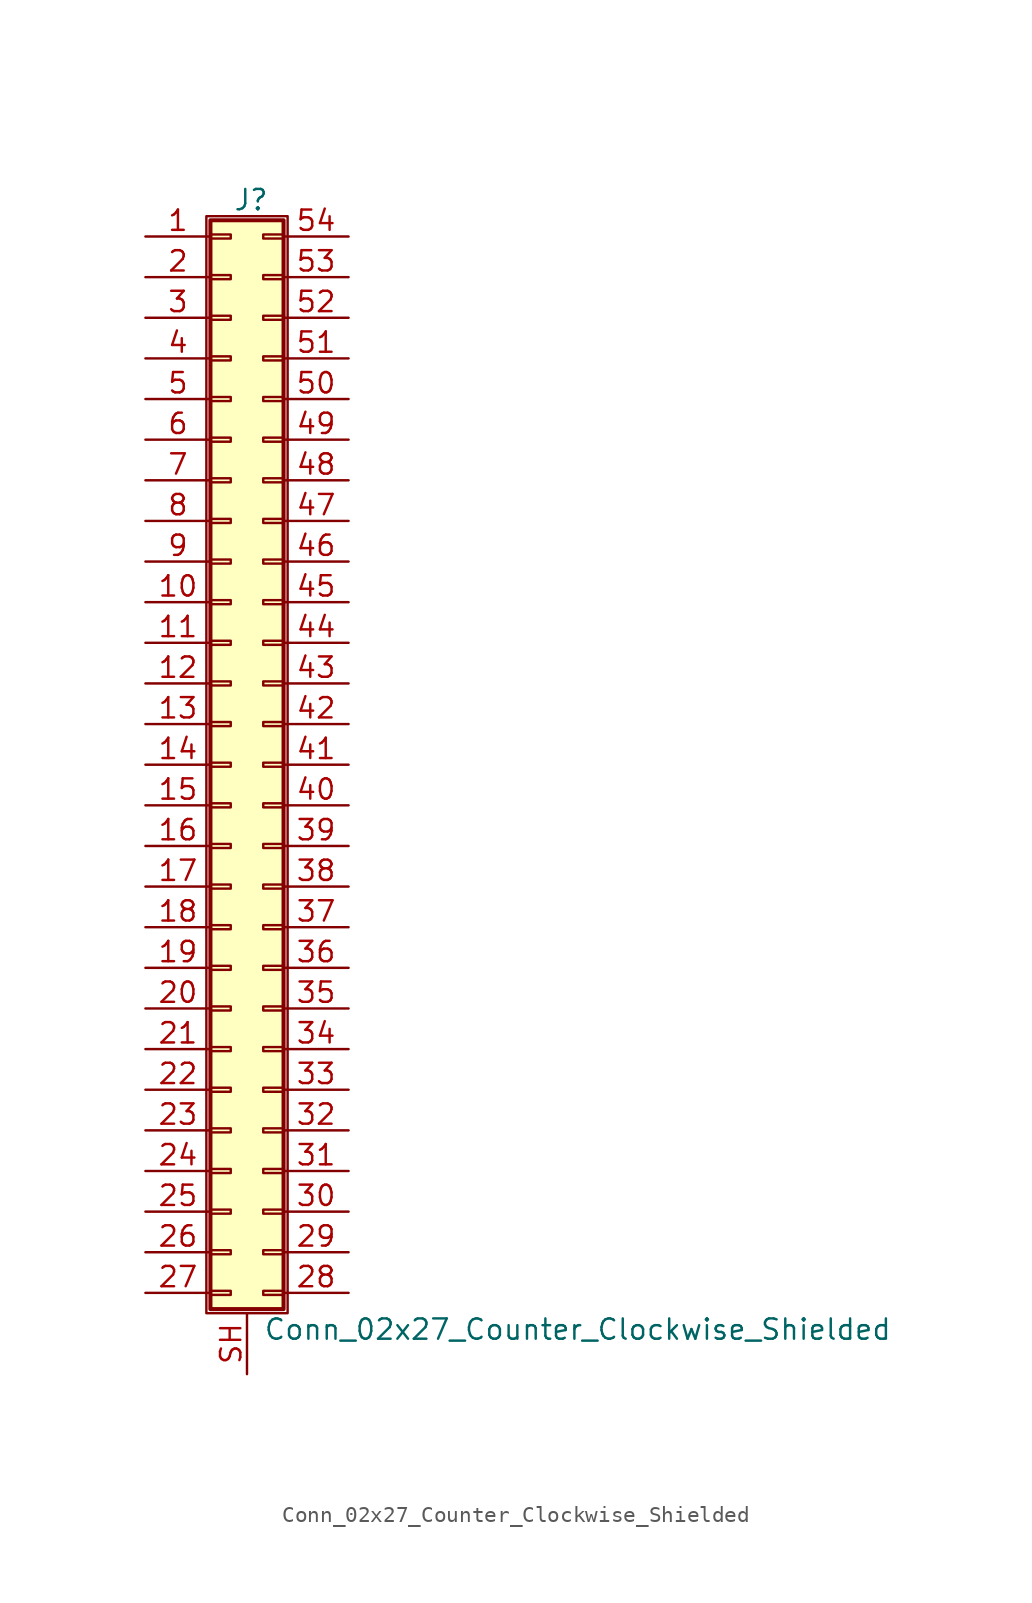
<source format=kicad_sym>
(kicad_symbol_lib
  (version 20201005)
  (generator kicad_symbol_editor)
  (symbol "Connector_Generic_Shielded:Conn_02x27_Counter_Clockwise_Shielded"
    (pin_names
      (offset 1.016) hide)
    (property "Reference" "J"
      (at 1.524 35.306 0)
      (effects (font (size 1.27 1.27))))
    (property "Value" "Conn_02x27_Counter_Clockwise_Shielded"
      (at 2.286 -35.306 0)
      (effects (font (size 1.27 1.27)) (justify left)))
    (symbol "Conn_02x27_Counter_Clockwise_Shielded_1_1"
      (rectangle (start -1.016 -27.813) (end 0.254 -28.067) (stroke (width 0.152)) (fill (type none)))
      (rectangle (start -1.016 -30.353) (end 0.254 -30.607) (stroke (width 0.152)) (fill (type none)))
      (rectangle (start -1.016 -32.893) (end 0.254 -33.147) (stroke (width 0.152)) (fill (type none)))
      (rectangle (start -1.016 -4.953) (end 0.254 -5.207) (stroke (width 0.152)) (fill (type none)))
      (rectangle (start -1.016 -7.493) (end 0.254 -7.747) (stroke (width 0.152)) (fill (type none)))
      (rectangle (start -1.016 -10.033) (end 0.254 -10.287) (stroke (width 0.152)) (fill (type none)))
      (rectangle (start -1.016 -12.573) (end 0.254 -12.827) (stroke (width 0.152)) (fill (type none)))
      (rectangle (start -1.016 -15.113) (end 0.254 -15.367) (stroke (width 0.152)) (fill (type none)))
      (rectangle (start -1.016 -17.653) (end 0.254 -17.907) (stroke (width 0.152)) (fill (type none)))
      (rectangle (start -1.016 -20.193) (end 0.254 -20.447) (stroke (width 0.152)) (fill (type none)))
      (rectangle (start -1.016 -22.733) (end 0.254 -22.987) (stroke (width 0.152)) (fill (type none)))
      (rectangle (start -1.016 -2.413) (end 0.254 -2.667) (stroke (width 0.152)) (fill (type none)))
      (rectangle (start -1.016 -25.273) (end 0.254 -25.527) (stroke (width 0.152)) (fill (type none)))
      (rectangle (start -1.016 25.527) (end 0.254 25.273) (stroke (width 0.152)) (fill (type none)))
      (rectangle (start -1.016 2.667) (end 0.254 2.413) (stroke (width 0.152)) (fill (type none)))
      (rectangle (start -1.016 28.067) (end 0.254 27.813) (stroke (width 0.152)) (fill (type none)))
      (rectangle (start -1.016 30.607) (end 0.254 30.353) (stroke (width 0.152)) (fill (type none)))
      (rectangle (start -1.016 33.147) (end 0.254 32.893) (stroke (width 0.152)) (fill (type none)))
      (rectangle (start -1.016 34.036) (end 3.556 -34.036) (stroke (width 0.254)) (fill (type background)))
      (rectangle (start -1.016 5.207) (end 0.254 4.953) (stroke (width 0.152)) (fill (type none)))
      (rectangle (start -1.016 7.747) (end 0.254 7.493) (stroke (width 0.152)) (fill (type none)))
      (rectangle (start -1.016 10.287) (end 0.254 10.033) (stroke (width 0.152)) (fill (type none)))
      (rectangle (start -1.016 0.127) (end 0.254 -0.127) (stroke (width 0.152)) (fill (type none)))
      (rectangle (start -1.016 12.827) (end 0.254 12.573) (stroke (width 0.152)) (fill (type none)))
      (rectangle (start -1.016 15.367) (end 0.254 15.113) (stroke (width 0.152)) (fill (type none)))
      (rectangle (start -1.016 17.907) (end 0.254 17.653) (stroke (width 0.152)) (fill (type none)))
      (rectangle (start -1.016 20.447) (end 0.254 20.193) (stroke (width 0.152)) (fill (type none)))
      (rectangle (start -1.016 22.987) (end 0.254 22.733) (stroke (width 0.152)) (fill (type none)))
      (rectangle (start -1.27 34.29) (end 3.81 -34.29) (stroke (width 0.152)) (fill (type none)))
      (rectangle (start 3.556 -27.813) (end 2.286 -28.067) (stroke (width 0.152)) (fill (type none)))
      (rectangle (start 3.556 -30.353) (end 2.286 -30.607) (stroke (width 0.152)) (fill (type none)))
      (rectangle (start 3.556 -32.893) (end 2.286 -33.147) (stroke (width 0.152)) (fill (type none)))
      (rectangle (start 3.556 -4.953) (end 2.286 -5.207) (stroke (width 0.152)) (fill (type none)))
      (rectangle (start 3.556 -7.493) (end 2.286 -7.747) (stroke (width 0.152)) (fill (type none)))
      (rectangle (start 3.556 -10.033) (end 2.286 -10.287) (stroke (width 0.152)) (fill (type none)))
      (rectangle (start 3.556 -12.573) (end 2.286 -12.827) (stroke (width 0.152)) (fill (type none)))
      (rectangle (start 3.556 -15.113) (end 2.286 -15.367) (stroke (width 0.152)) (fill (type none)))
      (rectangle (start 3.556 -17.653) (end 2.286 -17.907) (stroke (width 0.152)) (fill (type none)))
      (rectangle (start 3.556 -20.193) (end 2.286 -20.447) (stroke (width 0.152)) (fill (type none)))
      (rectangle (start 3.556 -22.733) (end 2.286 -22.987) (stroke (width 0.152)) (fill (type none)))
      (rectangle (start 3.556 -2.413) (end 2.286 -2.667) (stroke (width 0.152)) (fill (type none)))
      (rectangle (start 3.556 -25.273) (end 2.286 -25.527) (stroke (width 0.152)) (fill (type none)))
      (rectangle (start 3.556 25.527) (end 2.286 25.273) (stroke (width 0.152)) (fill (type none)))
      (rectangle (start 3.556 2.667) (end 2.286 2.413) (stroke (width 0.152)) (fill (type none)))
      (rectangle (start 3.556 28.067) (end 2.286 27.813) (stroke (width 0.152)) (fill (type none)))
      (rectangle (start 3.556 30.607) (end 2.286 30.353) (stroke (width 0.152)) (fill (type none)))
      (rectangle (start 3.556 33.147) (end 2.286 32.893) (stroke (width 0.152)) (fill (type none)))
      (rectangle (start 3.556 5.207) (end 2.286 4.953) (stroke (width 0.152)) (fill (type none)))
      (rectangle (start 3.556 7.747) (end 2.286 7.493) (stroke (width 0.152)) (fill (type none)))
      (rectangle (start 3.556 10.287) (end 2.286 10.033) (stroke (width 0.152)) (fill (type none)))
      (rectangle (start 3.556 0.127) (end 2.286 -0.127) (stroke (width 0.152)) (fill (type none)))
      (rectangle (start 3.556 12.827) (end 2.286 12.573) (stroke (width 0.152)) (fill (type none)))
      (rectangle (start 3.556 15.367) (end 2.286 15.113) (stroke (width 0.152)) (fill (type none)))
      (rectangle (start 3.556 17.907) (end 2.286 17.653) (stroke (width 0.152)) (fill (type none)))
      (rectangle (start 3.556 20.447) (end 2.286 20.193) (stroke (width 0.152)) (fill (type none)))
      (rectangle (start 3.556 22.987) (end 2.286 22.733) (stroke (width 0.152)) (fill (type none)))
      (pin passive line (at -5.08 33.02 0) (length 4.064) (name "Pin_1" (effects (font (size 1.27 1.27)))) (number "1" (effects (font (size 1.27 1.27)))))
      (pin passive line (at -5.08 10.16 0) (length 4.064) (name "Pin_10" (effects (font (size 1.27 1.27)))) (number "10" (effects (font (size 1.27 1.27)))))
      (pin passive line (at -5.08 7.62 0) (length 4.064) (name "Pin_11" (effects (font (size 1.27 1.27)))) (number "11" (effects (font (size 1.27 1.27)))))
      (pin passive line (at -5.08 5.08 0) (length 4.064) (name "Pin_12" (effects (font (size 1.27 1.27)))) (number "12" (effects (font (size 1.27 1.27)))))
      (pin passive line (at -5.08 2.54 0) (length 4.064) (name "Pin_13" (effects (font (size 1.27 1.27)))) (number "13" (effects (font (size 1.27 1.27)))))
      (pin passive line (at -5.08 0 0) (length 4.064) (name "Pin_14" (effects (font (size 1.27 1.27)))) (number "14" (effects (font (size 1.27 1.27)))))
      (pin passive line (at -5.08 -2.54 0) (length 4.064) (name "Pin_15" (effects (font (size 1.27 1.27)))) (number "15" (effects (font (size 1.27 1.27)))))
      (pin passive line (at -5.08 -5.08 0) (length 4.064) (name "Pin_16" (effects (font (size 1.27 1.27)))) (number "16" (effects (font (size 1.27 1.27)))))
      (pin passive line (at -5.08 -7.62 0) (length 4.064) (name "Pin_17" (effects (font (size 1.27 1.27)))) (number "17" (effects (font (size 1.27 1.27)))))
      (pin passive line (at -5.08 -10.16 0) (length 4.064) (name "Pin_18" (effects (font (size 1.27 1.27)))) (number "18" (effects (font (size 1.27 1.27)))))
      (pin passive line (at -5.08 -12.7 0) (length 4.064) (name "Pin_19" (effects (font (size 1.27 1.27)))) (number "19" (effects (font (size 1.27 1.27)))))
      (pin passive line (at -5.08 30.48 0) (length 4.064) (name "Pin_2" (effects (font (size 1.27 1.27)))) (number "2" (effects (font (size 1.27 1.27)))))
      (pin passive line (at -5.08 -15.24 0) (length 4.064) (name "Pin_20" (effects (font (size 1.27 1.27)))) (number "20" (effects (font (size 1.27 1.27)))))
      (pin passive line (at -5.08 -17.78 0) (length 4.064) (name "Pin_21" (effects (font (size 1.27 1.27)))) (number "21" (effects (font (size 1.27 1.27)))))
      (pin passive line (at -5.08 -20.32 0) (length 4.064) (name "Pin_22" (effects (font (size 1.27 1.27)))) (number "22" (effects (font (size 1.27 1.27)))))
      (pin passive line (at -5.08 -22.86 0) (length 4.064) (name "Pin_23" (effects (font (size 1.27 1.27)))) (number "23" (effects (font (size 1.27 1.27)))))
      (pin passive line (at -5.08 -25.4 0) (length 4.064) (name "Pin_24" (effects (font (size 1.27 1.27)))) (number "24" (effects (font (size 1.27 1.27)))))
      (pin passive line (at -5.08 -27.94 0) (length 4.064) (name "Pin_25" (effects (font (size 1.27 1.27)))) (number "25" (effects (font (size 1.27 1.27)))))
      (pin passive line (at -5.08 -30.48 0) (length 4.064) (name "Pin_26" (effects (font (size 1.27 1.27)))) (number "26" (effects (font (size 1.27 1.27)))))
      (pin passive line (at -5.08 -33.02 0) (length 4.064) (name "Pin_27" (effects (font (size 1.27 1.27)))) (number "27" (effects (font (size 1.27 1.27)))))
      (pin passive line (at 7.62 -33.02 180) (length 4.064) (name "Pin_28" (effects (font (size 1.27 1.27)))) (number "28" (effects (font (size 1.27 1.27)))))
      (pin passive line (at 7.62 -30.48 180) (length 4.064) (name "Pin_29" (effects (font (size 1.27 1.27)))) (number "29" (effects (font (size 1.27 1.27)))))
      (pin passive line (at -5.08 27.94 0) (length 4.064) (name "Pin_3" (effects (font (size 1.27 1.27)))) (number "3" (effects (font (size 1.27 1.27)))))
      (pin passive line (at 7.62 -27.94 180) (length 4.064) (name "Pin_30" (effects (font (size 1.27 1.27)))) (number "30" (effects (font (size 1.27 1.27)))))
      (pin passive line (at 7.62 -25.4 180) (length 4.064) (name "Pin_31" (effects (font (size 1.27 1.27)))) (number "31" (effects (font (size 1.27 1.27)))))
      (pin passive line (at 7.62 -22.86 180) (length 4.064) (name "Pin_32" (effects (font (size 1.27 1.27)))) (number "32" (effects (font (size 1.27 1.27)))))
      (pin passive line (at 7.62 -20.32 180) (length 4.064) (name "Pin_33" (effects (font (size 1.27 1.27)))) (number "33" (effects (font (size 1.27 1.27)))))
      (pin passive line (at 7.62 -17.78 180) (length 4.064) (name "Pin_34" (effects (font (size 1.27 1.27)))) (number "34" (effects (font (size 1.27 1.27)))))
      (pin passive line (at 7.62 -15.24 180) (length 4.064) (name "Pin_35" (effects (font (size 1.27 1.27)))) (number "35" (effects (font (size 1.27 1.27)))))
      (pin passive line (at 7.62 -12.7 180) (length 4.064) (name "Pin_36" (effects (font (size 1.27 1.27)))) (number "36" (effects (font (size 1.27 1.27)))))
      (pin passive line (at 7.62 -10.16 180) (length 4.064) (name "Pin_37" (effects (font (size 1.27 1.27)))) (number "37" (effects (font (size 1.27 1.27)))))
      (pin passive line (at 7.62 -7.62 180) (length 4.064) (name "Pin_38" (effects (font (size 1.27 1.27)))) (number "38" (effects (font (size 1.27 1.27)))))
      (pin passive line (at 7.62 -5.08 180) (length 4.064) (name "Pin_39" (effects (font (size 1.27 1.27)))) (number "39" (effects (font (size 1.27 1.27)))))
      (pin passive line (at -5.08 25.4 0) (length 4.064) (name "Pin_4" (effects (font (size 1.27 1.27)))) (number "4" (effects (font (size 1.27 1.27)))))
      (pin passive line (at 7.62 -2.54 180) (length 4.064) (name "Pin_40" (effects (font (size 1.27 1.27)))) (number "40" (effects (font (size 1.27 1.27)))))
      (pin passive line (at 7.62 0 180) (length 4.064) (name "Pin_41" (effects (font (size 1.27 1.27)))) (number "41" (effects (font (size 1.27 1.27)))))
      (pin passive line (at 7.62 2.54 180) (length 4.064) (name "Pin_42" (effects (font (size 1.27 1.27)))) (number "42" (effects (font (size 1.27 1.27)))))
      (pin passive line (at 7.62 5.08 180) (length 4.064) (name "Pin_43" (effects (font (size 1.27 1.27)))) (number "43" (effects (font (size 1.27 1.27)))))
      (pin passive line (at 7.62 7.62 180) (length 4.064) (name "Pin_44" (effects (font (size 1.27 1.27)))) (number "44" (effects (font (size 1.27 1.27)))))
      (pin passive line (at 7.62 10.16 180) (length 4.064) (name "Pin_45" (effects (font (size 1.27 1.27)))) (number "45" (effects (font (size 1.27 1.27)))))
      (pin passive line (at 7.62 12.7 180) (length 4.064) (name "Pin_46" (effects (font (size 1.27 1.27)))) (number "46" (effects (font (size 1.27 1.27)))))
      (pin passive line (at 7.62 15.24 180) (length 4.064) (name "Pin_47" (effects (font (size 1.27 1.27)))) (number "47" (effects (font (size 1.27 1.27)))))
      (pin passive line (at 7.62 17.78 180) (length 4.064) (name "Pin_48" (effects (font (size 1.27 1.27)))) (number "48" (effects (font (size 1.27 1.27)))))
      (pin passive line (at 7.62 20.32 180) (length 4.064) (name "Pin_49" (effects (font (size 1.27 1.27)))) (number "49" (effects (font (size 1.27 1.27)))))
      (pin passive line (at -5.08 22.86 0) (length 4.064) (name "Pin_5" (effects (font (size 1.27 1.27)))) (number "5" (effects (font (size 1.27 1.27)))))
      (pin passive line (at 7.62 22.86 180) (length 4.064) (name "Pin_50" (effects (font (size 1.27 1.27)))) (number "50" (effects (font (size 1.27 1.27)))))
      (pin passive line (at 7.62 25.4 180) (length 4.064) (name "Pin_51" (effects (font (size 1.27 1.27)))) (number "51" (effects (font (size 1.27 1.27)))))
      (pin passive line (at 7.62 27.94 180) (length 4.064) (name "Pin_52" (effects (font (size 1.27 1.27)))) (number "52" (effects (font (size 1.27 1.27)))))
      (pin passive line (at 7.62 30.48 180) (length 4.064) (name "Pin_53" (effects (font (size 1.27 1.27)))) (number "53" (effects (font (size 1.27 1.27)))))
      (pin passive line (at 7.62 33.02 180) (length 4.064) (name "Pin_54" (effects (font (size 1.27 1.27)))) (number "54" (effects (font (size 1.27 1.27)))))
      (pin passive line (at -5.08 20.32 0) (length 4.064) (name "Pin_6" (effects (font (size 1.27 1.27)))) (number "6" (effects (font (size 1.27 1.27)))))
      (pin passive line (at -5.08 17.78 0) (length 4.064) (name "Pin_7" (effects (font (size 1.27 1.27)))) (number "7" (effects (font (size 1.27 1.27)))))
      (pin passive line (at -5.08 15.24 0) (length 4.064) (name "Pin_8" (effects (font (size 1.27 1.27)))) (number "8" (effects (font (size 1.27 1.27)))))
      (pin passive line (at -5.08 12.7 0) (length 4.064) (name "Pin_9" (effects (font (size 1.27 1.27)))) (number "9" (effects (font (size 1.27 1.27)))))
      (pin passive line (at 1.27 -38.1 90) (length 3.81) (name "Shield" (effects (font (size 1.27 1.27)))) (number "SH" (effects (font (size 1.27 1.27))))))))
</source>
